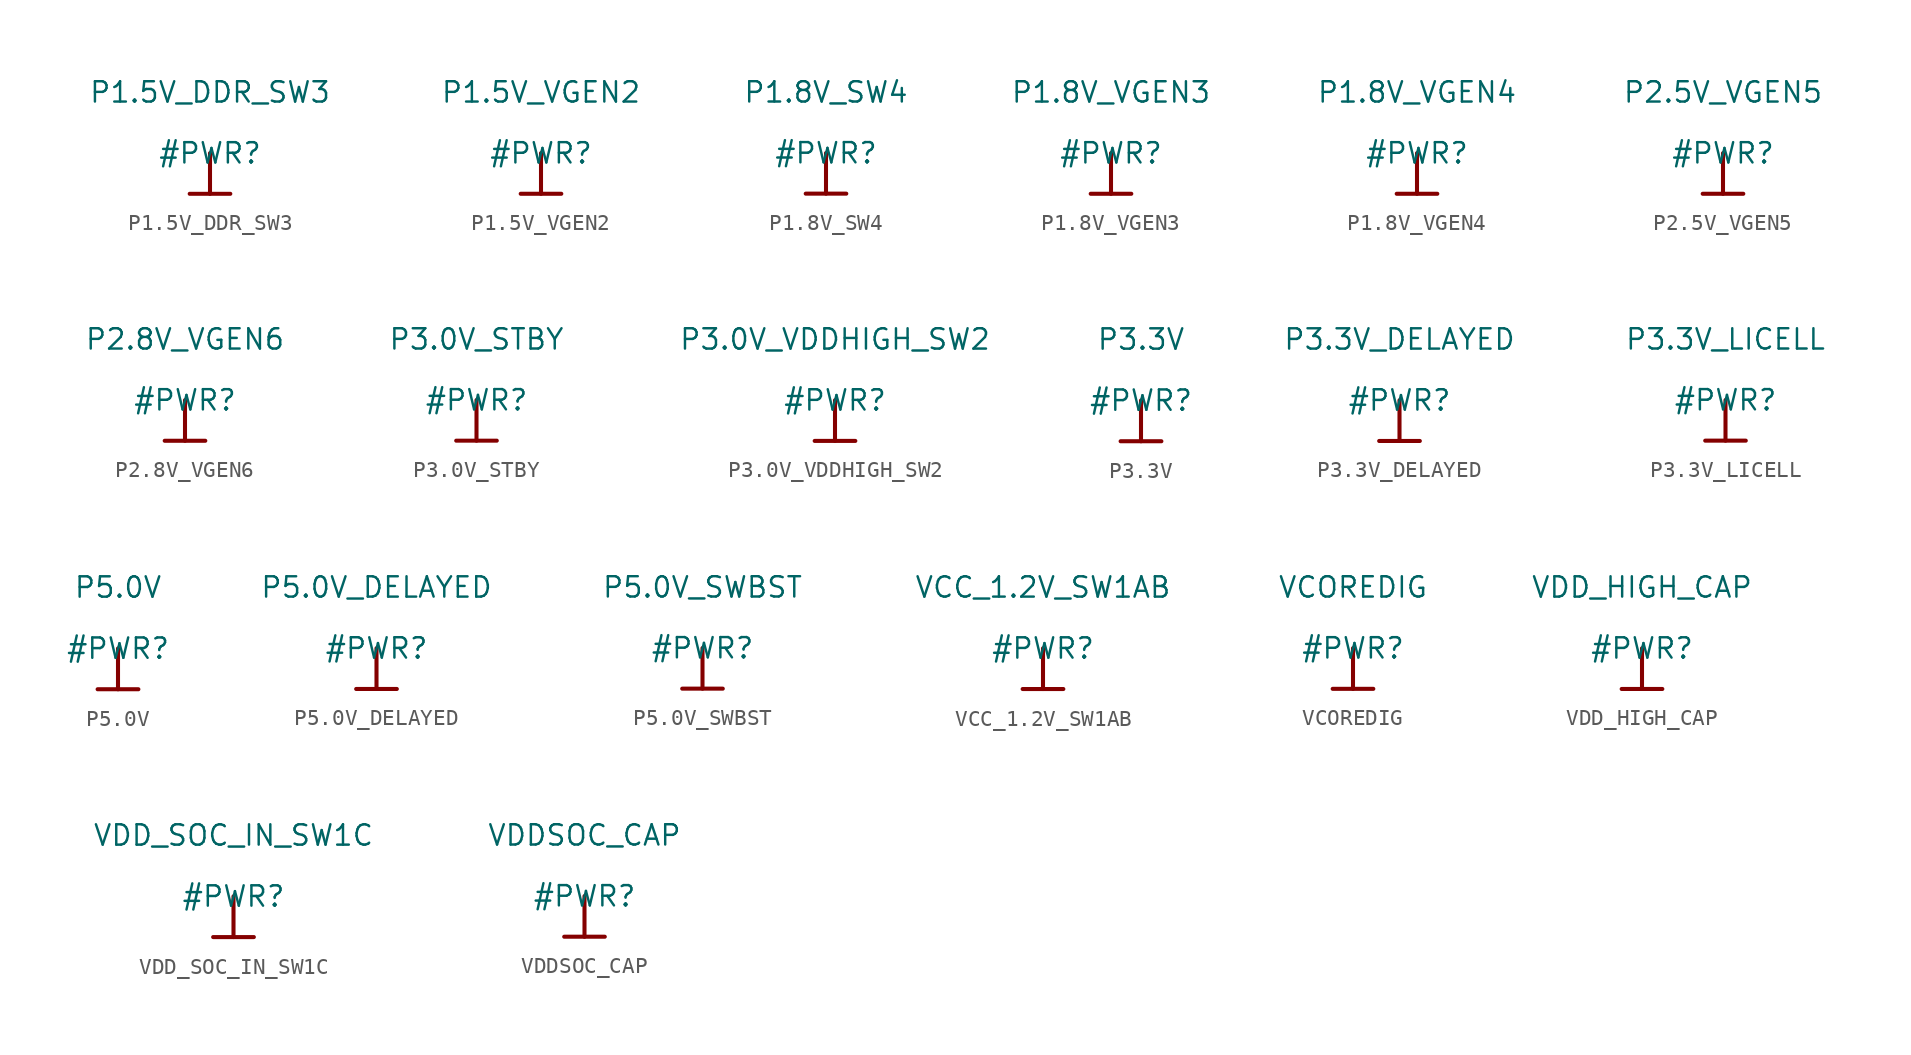
<source format=kicad_sym>
(kicad_symbol_lib
  (version 20220914)
  (generator kicad_symbol_editor)
  (symbol "P1.5V_DDR_SW3"
    (power)
    (property "Reference" "#PWR"
      (at 0 0 0)
      (effects (font (size 1.27 1.27))))
    (property "Value" "P1.5V_DDR_SW3"
      (at 0 3.81 0)
      (effects (font (size 1.27 1.27))))
    (symbol "P1.5V_DDR_SW3_0_0"
      (polyline (pts (xy -1.27 -2.54) (xy 1.27 -2.54)) (stroke (width 0.254) (type solid)) (fill (type none)))
      (polyline (pts (xy 0 0) (xy 0 -2.54)) (stroke (width 0.254) (type solid)) (fill (type none)))
      (pin power_in line (at 0 0 0) (length 0) hide (name "P1.5V_DDR_SW3" (effects (font (size 1.27 1.27)))) (number "" (effects (font (size 1.27 1.27)))))))
  (symbol "P1.5V_VGEN2"
    (power)
    (property "Reference" "#PWR"
      (at 0 0 0)
      (effects (font (size 1.27 1.27))))
    (property "Value" "P1.5V_VGEN2"
      (at 0 3.81 0)
      (effects (font (size 1.27 1.27))))
    (symbol "P1.5V_VGEN2_0_0"
      (polyline (pts (xy -1.27 -2.54) (xy 1.27 -2.54)) (stroke (width 0.254) (type solid)) (fill (type none)))
      (polyline (pts (xy 0 0) (xy 0 -2.54)) (stroke (width 0.254) (type solid)) (fill (type none)))
      (pin power_in line (at 0 0 0) (length 0) hide (name "P1.5V_VGEN2" (effects (font (size 1.27 1.27)))) (number "" (effects (font (size 1.27 1.27)))))))
  (symbol "P1.8V_SW4"
    (power)
    (property "Reference" "#PWR"
      (at 0 0 0)
      (effects (font (size 1.27 1.27))))
    (property "Value" "P1.8V_SW4"
      (at 0 3.81 0)
      (effects (font (size 1.27 1.27))))
    (symbol "P1.8V_SW4_0_0"
      (polyline (pts (xy -1.27 -2.54) (xy 1.27 -2.54)) (stroke (width 0.254) (type solid)) (fill (type none)))
      (polyline (pts (xy 0 0) (xy 0 -2.54)) (stroke (width 0.254) (type solid)) (fill (type none)))
      (pin power_in line (at 0 0 0) (length 0) hide (name "P1.8V_SW4" (effects (font (size 1.27 1.27)))) (number "" (effects (font (size 1.27 1.27)))))))
  (symbol "P1.8V_VGEN3"
    (power)
    (property "Reference" "#PWR"
      (at 0 0 0)
      (effects (font (size 1.27 1.27))))
    (property "Value" "P1.8V_VGEN3"
      (at 0 3.81 0)
      (effects (font (size 1.27 1.27))))
    (symbol "P1.8V_VGEN3_0_0"
      (polyline (pts (xy -1.27 -2.54) (xy 1.27 -2.54)) (stroke (width 0.254) (type solid)) (fill (type none)))
      (polyline (pts (xy 0 0) (xy 0 -2.54)) (stroke (width 0.254) (type solid)) (fill (type none)))
      (pin power_in line (at 0 0 0) (length 0) hide (name "P1.8V_VGEN3" (effects (font (size 1.27 1.27)))) (number "" (effects (font (size 1.27 1.27)))))))
  (symbol "P1.8V_VGEN4"
    (power)
    (property "Reference" "#PWR"
      (at 0 0 0)
      (effects (font (size 1.27 1.27))))
    (property "Value" "P1.8V_VGEN4"
      (at 0 3.81 0)
      (effects (font (size 1.27 1.27))))
    (symbol "P1.8V_VGEN4_0_0"
      (polyline (pts (xy -1.27 -2.54) (xy 1.27 -2.54)) (stroke (width 0.254) (type solid)) (fill (type none)))
      (polyline (pts (xy 0 0) (xy 0 -2.54)) (stroke (width 0.254) (type solid)) (fill (type none)))
      (pin power_in line (at 0 0 0) (length 0) hide (name "P1.8V_VGEN4" (effects (font (size 1.27 1.27)))) (number "" (effects (font (size 1.27 1.27)))))))
  (symbol "P2.5V_VGEN5"
    (power)
    (property "Reference" "#PWR"
      (at 0 0 0)
      (effects (font (size 1.27 1.27))))
    (property "Value" "P2.5V_VGEN5"
      (at 0 3.81 0)
      (effects (font (size 1.27 1.27))))
    (symbol "P2.5V_VGEN5_0_0"
      (polyline (pts (xy -1.27 -2.54) (xy 1.27 -2.54)) (stroke (width 0.254) (type solid)) (fill (type none)))
      (polyline (pts (xy 0 0) (xy 0 -2.54)) (stroke (width 0.254) (type solid)) (fill (type none)))
      (pin power_in line (at 0 0 0) (length 0) hide (name "P2.5V_VGEN5" (effects (font (size 1.27 1.27)))) (number "" (effects (font (size 1.27 1.27)))))))
  (symbol "P2.8V_VGEN6"
    (power)
    (property "Reference" "#PWR"
      (at 0 0 0)
      (effects (font (size 1.27 1.27))))
    (property "Value" "P2.8V_VGEN6"
      (at 0 3.81 0)
      (effects (font (size 1.27 1.27))))
    (symbol "P2.8V_VGEN6_0_0"
      (polyline (pts (xy -1.27 -2.54) (xy 1.27 -2.54)) (stroke (width 0.254) (type solid)) (fill (type none)))
      (polyline (pts (xy 0 0) (xy 0 -2.54)) (stroke (width 0.254) (type solid)) (fill (type none)))
      (pin power_in line (at 0 0 0) (length 0) hide (name "P2.8V_VGEN6" (effects (font (size 1.27 1.27)))) (number "" (effects (font (size 1.27 1.27)))))))
  (symbol "P3.0V_STBY"
    (power)
    (property "Reference" "#PWR"
      (at 0 0 0)
      (effects (font (size 1.27 1.27))))
    (property "Value" "P3.0V_STBY"
      (at 0 3.81 0)
      (effects (font (size 1.27 1.27))))
    (symbol "P3.0V_STBY_0_0"
      (polyline (pts (xy -1.27 -2.54) (xy 1.27 -2.54)) (stroke (width 0.254) (type solid)) (fill (type none)))
      (polyline (pts (xy 0 0) (xy 0 -2.54)) (stroke (width 0.254) (type solid)) (fill (type none)))
      (pin power_in line (at 0 0 0) (length 0) hide (name "P3.0V_STBY" (effects (font (size 1.27 1.27)))) (number "" (effects (font (size 1.27 1.27)))))))
  (symbol "P3.0V_VDDHIGH_SW2"
    (power)
    (property "Reference" "#PWR"
      (at 0 0 0)
      (effects (font (size 1.27 1.27))))
    (property "Value" "P3.0V_VDDHIGH_SW2"
      (at 0 3.81 0)
      (effects (font (size 1.27 1.27))))
    (symbol "P3.0V_VDDHIGH_SW2_0_0"
      (polyline (pts (xy -1.27 -2.54) (xy 1.27 -2.54)) (stroke (width 0.254) (type solid)) (fill (type none)))
      (polyline (pts (xy 0 0) (xy 0 -2.54)) (stroke (width 0.254) (type solid)) (fill (type none)))
      (pin power_in line (at 0 0 0) (length 0) hide (name "P3.0V_VDDHIGH_SW2" (effects (font (size 1.27 1.27)))) (number "" (effects (font (size 1.27 1.27)))))))
  (symbol "P3.3V"
    (power)
    (property "Reference" "#PWR"
      (at 0 0 0)
      (effects (font (size 1.27 1.27))))
    (property "Value" "P3.3V"
      (at 0 3.81 0)
      (effects (font (size 1.27 1.27))))
    (symbol "P3.3V_0_0"
      (polyline (pts (xy -1.27 -2.54) (xy 1.27 -2.54)) (stroke (width 0.254) (type solid)) (fill (type none)))
      (polyline (pts (xy 0 0) (xy 0 -2.54)) (stroke (width 0.254) (type solid)) (fill (type none)))
      (pin power_in line (at 0 0 0) (length 0) hide (name "P3.3V" (effects (font (size 1.27 1.27)))) (number "" (effects (font (size 1.27 1.27)))))))
  (symbol "P3.3V_DELAYED"
    (power)
    (property "Reference" "#PWR"
      (at 0 0 0)
      (effects (font (size 1.27 1.27))))
    (property "Value" "P3.3V_DELAYED"
      (at 0 3.81 0)
      (effects (font (size 1.27 1.27))))
    (symbol "P3.3V_DELAYED_0_0"
      (polyline (pts (xy -1.27 -2.54) (xy 1.27 -2.54)) (stroke (width 0.254) (type solid)) (fill (type none)))
      (polyline (pts (xy 0 0) (xy 0 -2.54)) (stroke (width 0.254) (type solid)) (fill (type none)))
      (pin power_in line (at 0 0 0) (length 0) hide (name "P3.3V_DELAYED" (effects (font (size 1.27 1.27)))) (number "" (effects (font (size 1.27 1.27)))))))
  (symbol "P3.3V_LICELL"
    (power)
    (property "Reference" "#PWR"
      (at 0 0 0)
      (effects (font (size 1.27 1.27))))
    (property "Value" "P3.3V_LICELL"
      (at 0 3.81 0)
      (effects (font (size 1.27 1.27))))
    (symbol "P3.3V_LICELL_0_0"
      (polyline (pts (xy -1.27 -2.54) (xy 1.27 -2.54)) (stroke (width 0.254) (type solid)) (fill (type none)))
      (polyline (pts (xy 0 0) (xy 0 -2.54)) (stroke (width 0.254) (type solid)) (fill (type none)))
      (pin power_in line (at 0 0 0) (length 0) hide (name "P3.3V_LICELL" (effects (font (size 1.27 1.27)))) (number "" (effects (font (size 1.27 1.27)))))))
  (symbol "P5.0V"
    (power)
    (property "Reference" "#PWR"
      (at 0 0 0)
      (effects (font (size 1.27 1.27))))
    (property "Value" "P5.0V"
      (at 0 3.81 0)
      (effects (font (size 1.27 1.27))))
    (symbol "P5.0V_0_0"
      (polyline (pts (xy -1.27 -2.54) (xy 1.27 -2.54)) (stroke (width 0.254) (type solid)) (fill (type none)))
      (polyline (pts (xy 0 0) (xy 0 -2.54)) (stroke (width 0.254) (type solid)) (fill (type none)))
      (pin power_in line (at 0 0 0) (length 0) hide (name "P5.0V" (effects (font (size 1.27 1.27)))) (number "" (effects (font (size 1.27 1.27)))))))
  (symbol "P5.0V_DELAYED"
    (power)
    (property "Reference" "#PWR"
      (at 0 0 0)
      (effects (font (size 1.27 1.27))))
    (property "Value" "P5.0V_DELAYED"
      (at 0 3.81 0)
      (effects (font (size 1.27 1.27))))
    (symbol "P5.0V_DELAYED_0_0"
      (polyline (pts (xy -1.27 -2.54) (xy 1.27 -2.54)) (stroke (width 0.254) (type solid)) (fill (type none)))
      (polyline (pts (xy 0 0) (xy 0 -2.54)) (stroke (width 0.254) (type solid)) (fill (type none)))
      (pin power_in line (at 0 0 0) (length 0) hide (name "P5.0V_DELAYED" (effects (font (size 1.27 1.27)))) (number "" (effects (font (size 1.27 1.27)))))))
  (symbol "P5.0V_SWBST"
    (power)
    (property "Reference" "#PWR"
      (at 0 0 0)
      (effects (font (size 1.27 1.27))))
    (property "Value" "P5.0V_SWBST"
      (at 0 3.81 0)
      (effects (font (size 1.27 1.27))))
    (symbol "P5.0V_SWBST_0_0"
      (polyline (pts (xy -1.27 -2.54) (xy 1.27 -2.54)) (stroke (width 0.254) (type solid)) (fill (type none)))
      (polyline (pts (xy 0 0) (xy 0 -2.54)) (stroke (width 0.254) (type solid)) (fill (type none)))
      (pin power_in line (at 0 0 0) (length 0) hide (name "P5.0V_SWBST" (effects (font (size 1.27 1.27)))) (number "" (effects (font (size 1.27 1.27)))))))
  (symbol "VCC_1.2V_SW1AB"
    (power)
    (property "Reference" "#PWR"
      (at 0 0 0)
      (effects (font (size 1.27 1.27))))
    (property "Value" "VCC_1.2V_SW1AB"
      (at 0 3.81 0)
      (effects (font (size 1.27 1.27))))
    (symbol "VCC_1.2V_SW1AB_0_0"
      (polyline (pts (xy -1.27 -2.54) (xy 1.27 -2.54)) (stroke (width 0.254) (type solid)) (fill (type none)))
      (polyline (pts (xy 0 0) (xy 0 -2.54)) (stroke (width 0.254) (type solid)) (fill (type none)))
      (pin power_in line (at 0 0 0) (length 0) hide (name "VCC_1.2V_SW1AB" (effects (font (size 1.27 1.27)))) (number "" (effects (font (size 1.27 1.27)))))))
  (symbol "VCOREDIG"
    (power)
    (property "Reference" "#PWR"
      (at 0 0 0)
      (effects (font (size 1.27 1.27))))
    (property "Value" "VCOREDIG"
      (at 0 3.81 0)
      (effects (font (size 1.27 1.27))))
    (symbol "VCOREDIG_0_0"
      (polyline (pts (xy -1.27 -2.54) (xy 1.27 -2.54)) (stroke (width 0.254) (type solid)) (fill (type none)))
      (polyline (pts (xy 0 0) (xy 0 -2.54)) (stroke (width 0.254) (type solid)) (fill (type none)))
      (pin power_in line (at 0 0 0) (length 0) hide (name "VCOREDIG" (effects (font (size 1.27 1.27)))) (number "" (effects (font (size 1.27 1.27)))))))
  (symbol "VDD_HIGH_CAP"
    (power)
    (property "Reference" "#PWR"
      (at 0 0 0)
      (effects (font (size 1.27 1.27))))
    (property "Value" "VDD_HIGH_CAP"
      (at 0 3.81 0)
      (effects (font (size 1.27 1.27))))
    (symbol "VDD_HIGH_CAP_0_0"
      (polyline (pts (xy -1.27 -2.54) (xy 1.27 -2.54)) (stroke (width 0.254) (type solid)) (fill (type none)))
      (polyline (pts (xy 0 0) (xy 0 -2.54)) (stroke (width 0.254) (type solid)) (fill (type none)))
      (pin power_in line (at 0 0 0) (length 0) hide (name "VDD_HIGH_CAP" (effects (font (size 1.27 1.27)))) (number "" (effects (font (size 1.27 1.27)))))))
  (symbol "VDD_SOC_IN_SW1C"
    (power)
    (property "Reference" "#PWR"
      (at 0 0 0)
      (effects (font (size 1.27 1.27))))
    (property "Value" "VDD_SOC_IN_SW1C"
      (at 0 3.81 0)
      (effects (font (size 1.27 1.27))))
    (symbol "VDD_SOC_IN_SW1C_0_0"
      (polyline (pts (xy -1.27 -2.54) (xy 1.27 -2.54)) (stroke (width 0.254) (type solid)) (fill (type none)))
      (polyline (pts (xy 0 0) (xy 0 -2.54)) (stroke (width 0.254) (type solid)) (fill (type none)))
      (pin power_in line (at 0 0 0) (length 0) hide (name "VDD_SOC_IN_SW1C" (effects (font (size 1.27 1.27)))) (number "" (effects (font (size 1.27 1.27)))))))
  (symbol "VDDSOC_CAP"
    (power)
    (property "Reference" "#PWR"
      (at 0 0 0)
      (effects (font (size 1.27 1.27))))
    (property "Value" "VDDSOC_CAP"
      (at 0 3.81 0)
      (effects (font (size 1.27 1.27))))
    (symbol "VDDSOC_CAP_0_0"
      (polyline (pts (xy -1.27 -2.54) (xy 1.27 -2.54)) (stroke (width 0.254) (type solid)) (fill (type none)))
      (polyline (pts (xy 0 0) (xy 0 -2.54)) (stroke (width 0.254) (type solid)) (fill (type none)))
      (pin power_in line (at 0 0 0) (length 0) hide (name "VDDSOC_CAP" (effects (font (size 1.27 1.27)))) (number "" (effects (font (size 1.27 1.27))))))))
</source>
